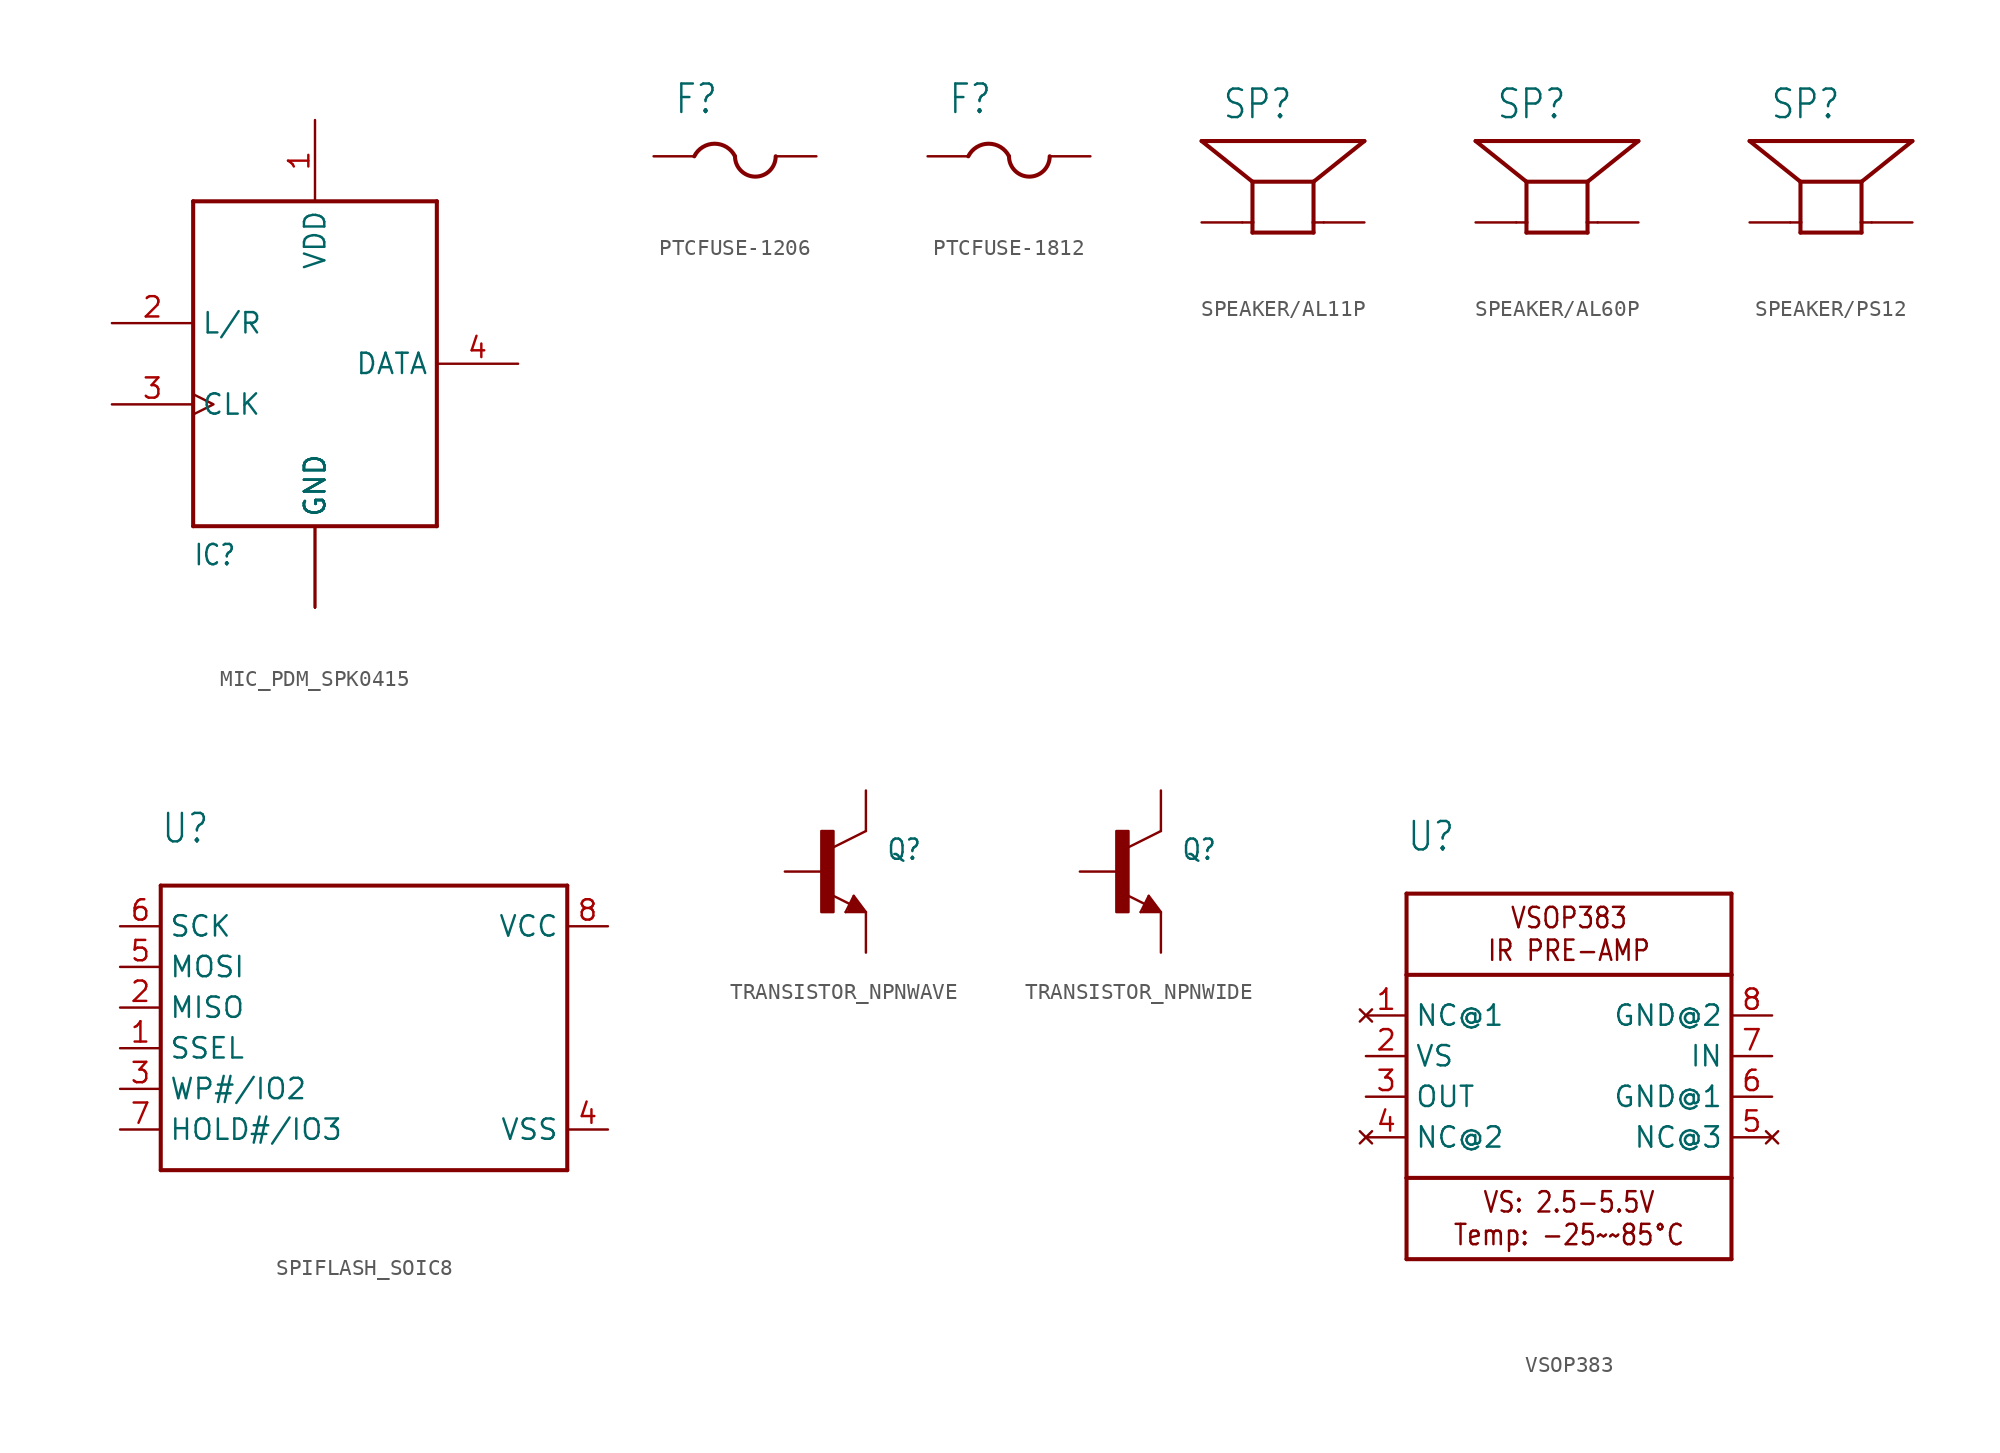
<source format=kicad_sym>
(kicad_symbol_lib
  (version 20220914)
  (generator kicad_symbol_editor)
  (symbol "MIC_PDM_SPK0415"
    (property "Reference" "IC"
      (at -7.62 -12.7 0)
      (effects (font (size 1.27 1.079)) (justify left bottom)))
    (property "ki_locked" ""
      (at 0 0 0)
      (effects (font (size 1.27 1.27))))
    (symbol "MIC_PDM_SPK0415_1_0"
      (polyline (pts (xy -7.62 -10.16) (xy -7.62 10.16)) (stroke (width 0.254) (type solid)) (fill (type none)))
      (polyline (pts (xy -7.62 10.16) (xy 7.62 10.16)) (stroke (width 0.254) (type solid)) (fill (type none)))
      (polyline (pts (xy 7.62 -10.16) (xy -7.62 -10.16)) (stroke (width 0.254) (type solid)) (fill (type none)))
      (polyline (pts (xy 7.62 10.16) (xy 7.62 -10.16)) (stroke (width 0.254) (type solid)) (fill (type none)))
      (pin power_in line (at 0 15.24 270) (length 5.08) (name "VDD" (effects (font (size 1.27 1.27)))) (number "1" (effects (font (size 1.27 1.27)))))
      (pin input line (at -12.7 2.54 0) (length 5.08) (name "L/R" (effects (font (size 1.27 1.27)))) (number "2" (effects (font (size 1.27 1.27)))))
      (pin input clock (at -12.7 -2.54 0) (length 5.08) (name "CLK" (effects (font (size 1.27 1.27)))) (number "3" (effects (font (size 1.27 1.27)))))
      (pin bidirectional line (at 12.7 0 180) (length 5.08) (name "DATA" (effects (font (size 1.27 1.27)))) (number "4" (effects (font (size 1.27 1.27)))))
      (pin power_in line (at 0 -15.24 90) (length 5.08) (name "GND" (effects (font (size 1.27 1.27)))) (number "5" (effects (font (size 0 0)))))
      (pin power_in line (at 0 -15.24 90) (length 5.08) (name "GND" (effects (font (size 1.27 1.27)))) (number "6" (effects (font (size 0 0)))))
      (pin power_in line (at 0 -15.24 90) (length 5.08) (name "GND" (effects (font (size 1.27 1.27)))) (number "7" (effects (font (size 0 0)))))
      (pin power_in line (at 0 -15.24 90) (length 5.08) (name "GND" (effects (font (size 1.27 1.27)))) (number "8" (effects (font (size 0 0)))))))
  (symbol "PTCFUSE-1206"
    (property "Reference" "F"
      (at -3.81 5.08 0)
      (effects (font (size 1.778 1.511)) (justify left bottom)))
    (property "Value" ""
      (at -3.81 -1.27 0)
      (effects (font (size 1.778 1.511)) (justify left bottom)))
    (property "ki_locked" ""
      (at 0 0 0)
      (effects (font (size 1.27 1.27))))
    (symbol "PTCFUSE-1206_1_0"
      (arc (start 0 2.54) (mid -1.27 3.3249) (end -2.54 2.54) (stroke (width 0.254) (type solid)) (fill (type none)))
      (arc (start 0 2.54) (mid 1.27 1.27) (end 2.54 2.54) (stroke (width 0.254) (type solid)) (fill (type none)))
      (pin passive line (at -5.08 2.54 0) (length 2.54) (name "1" (effects (font (size 0 0)))) (number "1" (effects (font (size 0 0)))))
      (pin passive line (at 5.08 2.54 180) (length 2.54) (name "2" (effects (font (size 0 0)))) (number "2" (effects (font (size 0 0)))))))
  (symbol "PTCFUSE-1812"
    (property "Reference" "F"
      (at -3.81 5.08 0)
      (effects (font (size 1.778 1.511)) (justify left bottom)))
    (property "Value" ""
      (at -3.81 -1.27 0)
      (effects (font (size 1.778 1.511)) (justify left bottom)))
    (property "ki_locked" ""
      (at 0 0 0)
      (effects (font (size 1.27 1.27))))
    (symbol "PTCFUSE-1812_1_0"
      (arc (start 0 2.54) (mid -1.27 3.3249) (end -2.54 2.54) (stroke (width 0.254) (type solid)) (fill (type none)))
      (arc (start 0 2.54) (mid 1.27 1.27) (end 2.54 2.54) (stroke (width 0.254) (type solid)) (fill (type none)))
      (pin passive line (at -5.08 2.54 0) (length 2.54) (name "1" (effects (font (size 0 0)))) (number "1" (effects (font (size 0 0)))))
      (pin passive line (at 5.08 2.54 180) (length 2.54) (name "2" (effects (font (size 0 0)))) (number "2" (effects (font (size 0 0)))))))
  (symbol "SPEAKER/AL11P"
    (property "Reference" "SP"
      (at -3.81 6.35 0)
      (effects (font (size 1.778 1.511)) (justify left bottom)))
    (property "Value" ""
      (at -3.81 -3.175 0)
      (effects (font (size 1.778 1.511)) (justify left bottom)))
    (property "ki_locked" ""
      (at 0 0 0)
      (effects (font (size 1.27 1.27))))
    (symbol "SPEAKER/AL11P_1_0"
      (polyline (pts (xy -2.54 0) (xy -1.905 0)) (stroke (width 0.152) (type solid)) (fill (type none)))
      (polyline (pts (xy -1.905 -0.635) (xy -1.905 0)) (stroke (width 0.254) (type solid)) (fill (type none)))
      (polyline (pts (xy -1.905 -0.635) (xy 1.905 -0.635)) (stroke (width 0.254) (type solid)) (fill (type none)))
      (polyline (pts (xy -1.905 0) (xy -1.905 2.54)) (stroke (width 0.254) (type solid)) (fill (type none)))
      (polyline (pts (xy -1.905 2.54) (xy -5.08 5.08)) (stroke (width 0.254) (type solid)) (fill (type none)))
      (polyline (pts (xy 1.905 -0.635) (xy 1.905 0)) (stroke (width 0.254) (type solid)) (fill (type none)))
      (polyline (pts (xy 1.905 0) (xy 1.905 2.54)) (stroke (width 0.254) (type solid)) (fill (type none)))
      (polyline (pts (xy 1.905 2.54) (xy -1.905 2.54)) (stroke (width 0.254) (type solid)) (fill (type none)))
      (polyline (pts (xy 1.905 2.54) (xy 5.08 5.08)) (stroke (width 0.254) (type solid)) (fill (type none)))
      (polyline (pts (xy 2.54 0) (xy 1.905 0)) (stroke (width 0.152) (type solid)) (fill (type none)))
      (polyline (pts (xy 5.08 5.08) (xy -5.08 5.08)) (stroke (width 0.254) (type solid)) (fill (type none)))
      (pin passive line (at -5.08 0 0) (length 2.54) (name "+" (effects (font (size 0 0)))) (number "+" (effects (font (size 0 0)))))
      (pin passive line (at 5.08 0 180) (length 2.54) (name "-" (effects (font (size 0 0)))) (number "-" (effects (font (size 0 0)))))))
  (symbol "SPEAKER/AL60P"
    (property "Reference" "SP"
      (at -3.81 6.35 0)
      (effects (font (size 1.778 1.511)) (justify left bottom)))
    (property "Value" ""
      (at -3.81 -3.175 0)
      (effects (font (size 1.778 1.511)) (justify left bottom)))
    (property "ki_locked" ""
      (at 0 0 0)
      (effects (font (size 1.27 1.27))))
    (symbol "SPEAKER/AL60P_1_0"
      (polyline (pts (xy -2.54 0) (xy -1.905 0)) (stroke (width 0.152) (type solid)) (fill (type none)))
      (polyline (pts (xy -1.905 -0.635) (xy -1.905 0)) (stroke (width 0.254) (type solid)) (fill (type none)))
      (polyline (pts (xy -1.905 -0.635) (xy 1.905 -0.635)) (stroke (width 0.254) (type solid)) (fill (type none)))
      (polyline (pts (xy -1.905 0) (xy -1.905 2.54)) (stroke (width 0.254) (type solid)) (fill (type none)))
      (polyline (pts (xy -1.905 2.54) (xy -5.08 5.08)) (stroke (width 0.254) (type solid)) (fill (type none)))
      (polyline (pts (xy 1.905 -0.635) (xy 1.905 0)) (stroke (width 0.254) (type solid)) (fill (type none)))
      (polyline (pts (xy 1.905 0) (xy 1.905 2.54)) (stroke (width 0.254) (type solid)) (fill (type none)))
      (polyline (pts (xy 1.905 2.54) (xy -1.905 2.54)) (stroke (width 0.254) (type solid)) (fill (type none)))
      (polyline (pts (xy 1.905 2.54) (xy 5.08 5.08)) (stroke (width 0.254) (type solid)) (fill (type none)))
      (polyline (pts (xy 2.54 0) (xy 1.905 0)) (stroke (width 0.152) (type solid)) (fill (type none)))
      (polyline (pts (xy 5.08 5.08) (xy -5.08 5.08)) (stroke (width 0.254) (type solid)) (fill (type none)))
      (pin passive line (at -5.08 0 0) (length 2.54) (name "+" (effects (font (size 0 0)))) (number "1" (effects (font (size 0 0)))))
      (pin passive line (at 5.08 0 180) (length 2.54) (name "-" (effects (font (size 0 0)))) (number "2" (effects (font (size 0 0)))))))
  (symbol "SPEAKER/PS12"
    (property "Reference" "SP"
      (at -3.81 6.35 0)
      (effects (font (size 1.778 1.511)) (justify left bottom)))
    (property "Value" ""
      (at -3.81 -3.175 0)
      (effects (font (size 1.778 1.511)) (justify left bottom)))
    (property "ki_locked" ""
      (at 0 0 0)
      (effects (font (size 1.27 1.27))))
    (symbol "SPEAKER/PS12_1_0"
      (polyline (pts (xy -2.54 0) (xy -1.905 0)) (stroke (width 0.152) (type solid)) (fill (type none)))
      (polyline (pts (xy -1.905 -0.635) (xy -1.905 0)) (stroke (width 0.254) (type solid)) (fill (type none)))
      (polyline (pts (xy -1.905 -0.635) (xy 1.905 -0.635)) (stroke (width 0.254) (type solid)) (fill (type none)))
      (polyline (pts (xy -1.905 0) (xy -1.905 2.54)) (stroke (width 0.254) (type solid)) (fill (type none)))
      (polyline (pts (xy -1.905 2.54) (xy -5.08 5.08)) (stroke (width 0.254) (type solid)) (fill (type none)))
      (polyline (pts (xy 1.905 -0.635) (xy 1.905 0)) (stroke (width 0.254) (type solid)) (fill (type none)))
      (polyline (pts (xy 1.905 0) (xy 1.905 2.54)) (stroke (width 0.254) (type solid)) (fill (type none)))
      (polyline (pts (xy 1.905 2.54) (xy -1.905 2.54)) (stroke (width 0.254) (type solid)) (fill (type none)))
      (polyline (pts (xy 1.905 2.54) (xy 5.08 5.08)) (stroke (width 0.254) (type solid)) (fill (type none)))
      (polyline (pts (xy 2.54 0) (xy 1.905 0)) (stroke (width 0.152) (type solid)) (fill (type none)))
      (polyline (pts (xy 5.08 5.08) (xy -5.08 5.08)) (stroke (width 0.254) (type solid)) (fill (type none)))
      (pin passive line (at -5.08 0 0) (length 2.54) (name "+" (effects (font (size 0 0)))) (number "P$1" (effects (font (size 0 0)))))
      (pin passive line (at 5.08 0 180) (length 2.54) (name "-" (effects (font (size 0 0)))) (number "P$2" (effects (font (size 0 0)))))))
  (symbol "SPIFLASH_SOIC8"
    (property "Reference" "U"
      (at -12.7 12.7 0)
      (effects (font (size 1.778 1.511)) (justify left bottom)))
    (property "Value" ""
      (at -12.7 -10.16 0)
      (effects (font (size 1.778 1.511)) (justify left bottom)))
    (property "ki_locked" ""
      (at 0 0 0)
      (effects (font (size 1.27 1.27))))
    (symbol "SPIFLASH_SOIC8_1_0"
      (polyline (pts (xy -12.7 -7.62) (xy -12.7 10.16)) (stroke (width 0.254) (type solid)) (fill (type none)))
      (polyline (pts (xy -12.7 10.16) (xy 12.7 10.16)) (stroke (width 0.254) (type solid)) (fill (type none)))
      (polyline (pts (xy 12.7 -7.62) (xy -12.7 -7.62)) (stroke (width 0.254) (type solid)) (fill (type none)))
      (polyline (pts (xy 12.7 10.16) (xy 12.7 -7.62)) (stroke (width 0.254) (type solid)) (fill (type none)))
      (pin bidirectional line (at -15.24 0 0) (length 2.54) (name "SSEL" (effects (font (size 1.27 1.27)))) (number "1" (effects (font (size 1.27 1.27)))))
      (pin bidirectional line (at -15.24 2.54 0) (length 2.54) (name "MISO" (effects (font (size 1.27 1.27)))) (number "2" (effects (font (size 1.27 1.27)))))
      (pin bidirectional line (at -15.24 -2.54 0) (length 2.54) (name "WP#/IO2" (effects (font (size 1.27 1.27)))) (number "3" (effects (font (size 1.27 1.27)))))
      (pin bidirectional line (at 15.24 -5.08 180) (length 2.54) (name "VSS" (effects (font (size 1.27 1.27)))) (number "4" (effects (font (size 1.27 1.27)))))
      (pin bidirectional line (at -15.24 5.08 0) (length 2.54) (name "MOSI" (effects (font (size 1.27 1.27)))) (number "5" (effects (font (size 1.27 1.27)))))
      (pin bidirectional line (at -15.24 7.62 0) (length 2.54) (name "SCK" (effects (font (size 1.27 1.27)))) (number "6" (effects (font (size 1.27 1.27)))))
      (pin bidirectional line (at -15.24 -5.08 0) (length 2.54) (name "HOLD#/IO3" (effects (font (size 1.27 1.27)))) (number "7" (effects (font (size 1.27 1.27)))))
      (pin bidirectional line (at 15.24 7.62 180) (length 2.54) (name "VCC" (effects (font (size 1.27 1.27)))) (number "8" (effects (font (size 1.27 1.27)))))))
  (symbol "TRANSISTOR_NPNWAVE"
    (property "Reference" "Q"
      (at 1.27 0.635 0)
      (effects (font (size 1.27 1.079)) (justify left bottom)))
    (property "Value" ""
      (at 1.27 -1.27 0)
      (effects (font (size 1.27 1.079)) (justify left bottom)))
    (property "ki_locked" ""
      (at 0 0 0)
      (effects (font (size 1.27 1.27))))
    (symbol "TRANSISTOR_NPNWAVE_1_0"
      (rectangle (start -2.794 -2.54) (end -2.032 2.54) (stroke (width 0) (type default)) (fill (type outline)))
      (polyline (pts (xy -1.27 -2.54) (xy -0.762 -1.524)) (stroke (width 0.152) (type solid)) (fill (type none)))
      (polyline (pts (xy -1.016 -2.413) (xy -0.254 -2.413)) (stroke (width 0.254) (type solid)) (fill (type none)))
      (polyline (pts (xy -1.016 -2.286) (xy -0.635 -2.286)) (stroke (width 0.254) (type solid)) (fill (type none)))
      (polyline (pts (xy -1 -2.04) (xy -2.232 -1.424)) (stroke (width 0.152) (type solid)) (fill (type none)))
      (polyline (pts (xy -0.762 -1.778) (xy -1.016 -2.286)) (stroke (width 0.254) (type solid)) (fill (type none)))
      (polyline (pts (xy -0.762 -1.524) (xy 0 -2.54)) (stroke (width 0.152) (type solid)) (fill (type none)))
      (polyline (pts (xy -0.635 -2.286) (xy -0.762 -2.032)) (stroke (width 0.254) (type solid)) (fill (type none)))
      (polyline (pts (xy -0.254 -2.413) (xy -0.762 -1.778)) (stroke (width 0.254) (type solid)) (fill (type none)))
      (polyline (pts (xy 0 -2.54) (xy -1.27 -2.54)) (stroke (width 0.152) (type solid)) (fill (type none)))
      (polyline (pts (xy 0 2.54) (xy -2.032 1.524)) (stroke (width 0.152) (type solid)) (fill (type none)))
      (pin passive line (at -5.08 0 0) (length 2.54) (name "B" (effects (font (size 0 0)))) (number "1" (effects (font (size 0 0)))))
      (pin passive line (at 0 -5.08 90) (length 2.54) (name "E" (effects (font (size 0 0)))) (number "2" (effects (font (size 0 0)))))
      (pin passive line (at 0 5.08 270) (length 2.54) (name "C" (effects (font (size 0 0)))) (number "3" (effects (font (size 0 0)))))))
  (symbol "TRANSISTOR_NPNWIDE"
    (property "Reference" "Q"
      (at 1.27 0.635 0)
      (effects (font (size 1.27 1.079)) (justify left bottom)))
    (property "Value" ""
      (at 1.27 -1.27 0)
      (effects (font (size 1.27 1.079)) (justify left bottom)))
    (property "ki_locked" ""
      (at 0 0 0)
      (effects (font (size 1.27 1.27))))
    (symbol "TRANSISTOR_NPNWIDE_1_0"
      (rectangle (start -2.794 -2.54) (end -2.032 2.54) (stroke (width 0) (type default)) (fill (type outline)))
      (polyline (pts (xy -1.27 -2.54) (xy -0.762 -1.524)) (stroke (width 0.152) (type solid)) (fill (type none)))
      (polyline (pts (xy -1.016 -2.413) (xy -0.254 -2.413)) (stroke (width 0.254) (type solid)) (fill (type none)))
      (polyline (pts (xy -1.016 -2.286) (xy -0.635 -2.286)) (stroke (width 0.254) (type solid)) (fill (type none)))
      (polyline (pts (xy -1 -2.04) (xy -2.232 -1.424)) (stroke (width 0.152) (type solid)) (fill (type none)))
      (polyline (pts (xy -0.762 -1.778) (xy -1.016 -2.286)) (stroke (width 0.254) (type solid)) (fill (type none)))
      (polyline (pts (xy -0.762 -1.524) (xy 0 -2.54)) (stroke (width 0.152) (type solid)) (fill (type none)))
      (polyline (pts (xy -0.635 -2.286) (xy -0.762 -2.032)) (stroke (width 0.254) (type solid)) (fill (type none)))
      (polyline (pts (xy -0.254 -2.413) (xy -0.762 -1.778)) (stroke (width 0.254) (type solid)) (fill (type none)))
      (polyline (pts (xy 0 -2.54) (xy -1.27 -2.54)) (stroke (width 0.152) (type solid)) (fill (type none)))
      (polyline (pts (xy 0 2.54) (xy -2.032 1.524)) (stroke (width 0.152) (type solid)) (fill (type none)))
      (pin passive line (at -5.08 0 0) (length 2.54) (name "B" (effects (font (size 0 0)))) (number "1" (effects (font (size 0 0)))))
      (pin passive line (at 0 -5.08 90) (length 2.54) (name "E" (effects (font (size 0 0)))) (number "2" (effects (font (size 0 0)))))
      (pin passive line (at 0 5.08 270) (length 2.54) (name "C" (effects (font (size 0 0)))) (number "3" (effects (font (size 0 0)))))))
  (symbol "VSOP383"
    (property "Reference" "U"
      (at -10.16 15.24 0)
      (effects (font (size 1.778 1.511)) (justify left bottom)))
    (property "Value" ""
      (at -10.16 -12.7 0)
      (effects (font (size 1.778 1.511)) (justify left bottom)))
    (property "ki_locked" ""
      (at 0 0 0)
      (effects (font (size 1.27 1.27))))
    (symbol "VSOP383_1_0"
      (polyline (pts (xy -10.16 -10.16) (xy 10.16 -10.16)) (stroke (width 0.254) (type solid)) (fill (type none)))
      (polyline (pts (xy -10.16 -5.08) (xy -10.16 -10.16)) (stroke (width 0.254) (type solid)) (fill (type none)))
      (polyline (pts (xy -10.16 -5.08) (xy -10.16 7.62)) (stroke (width 0.254) (type solid)) (fill (type none)))
      (polyline (pts (xy -10.16 7.62) (xy -10.16 12.7)) (stroke (width 0.254) (type solid)) (fill (type none)))
      (polyline (pts (xy -10.16 7.62) (xy 10.16 7.62)) (stroke (width 0.254) (type solid)) (fill (type none)))
      (polyline (pts (xy -10.16 12.7) (xy 10.16 12.7)) (stroke (width 0.254) (type solid)) (fill (type none)))
      (polyline (pts (xy 10.16 -10.16) (xy 10.16 -5.08)) (stroke (width 0.254) (type solid)) (fill (type none)))
      (polyline (pts (xy 10.16 -5.08) (xy -10.16 -5.08)) (stroke (width 0.254) (type solid)) (fill (type none)))
      (polyline (pts (xy 10.16 7.62) (xy 10.16 -5.08)) (stroke (width 0.254) (type solid)) (fill (type none)))
      (polyline (pts (xy 10.16 12.7) (xy 10.16 7.62)) (stroke (width 0.254) (type solid)) (fill (type none)))
      (text "VS: 2.5-5.5V\nTemp: -25~~85°C" (at 0 -7.62 0) (effects (font (size 1.27 1.079))))
      (text "VSOP383\nIR PRE-AMP" (at 0 10.16 0) (effects (font (size 1.27 1.079))))
      (pin no_connect line (at -12.7 5.08 0) (length 2.54) (name "NC@1" (effects (font (size 1.27 1.27)))) (number "1" (effects (font (size 1.27 1.27)))))
      (pin power_in line (at -12.7 2.54 0) (length 2.54) (name "VS" (effects (font (size 1.27 1.27)))) (number "2" (effects (font (size 1.27 1.27)))))
      (pin output line (at -12.7 0 0) (length 2.54) (name "OUT" (effects (font (size 1.27 1.27)))) (number "3" (effects (font (size 1.27 1.27)))))
      (pin no_connect line (at -12.7 -2.54 0) (length 2.54) (name "NC@2" (effects (font (size 1.27 1.27)))) (number "4" (effects (font (size 1.27 1.27)))))
      (pin no_connect line (at 12.7 -2.54 180) (length 2.54) (name "NC@3" (effects (font (size 1.27 1.27)))) (number "5" (effects (font (size 1.27 1.27)))))
      (pin power_in line (at 12.7 0 180) (length 2.54) (name "GND@1" (effects (font (size 1.27 1.27)))) (number "6" (effects (font (size 1.27 1.27)))))
      (pin input line (at 12.7 2.54 180) (length 2.54) (name "IN" (effects (font (size 1.27 1.27)))) (number "7" (effects (font (size 1.27 1.27)))))
      (pin power_in line (at 12.7 5.08 180) (length 2.54) (name "GND@2" (effects (font (size 1.27 1.27)))) (number "8" (effects (font (size 1.27 1.27))))))))
</source>
